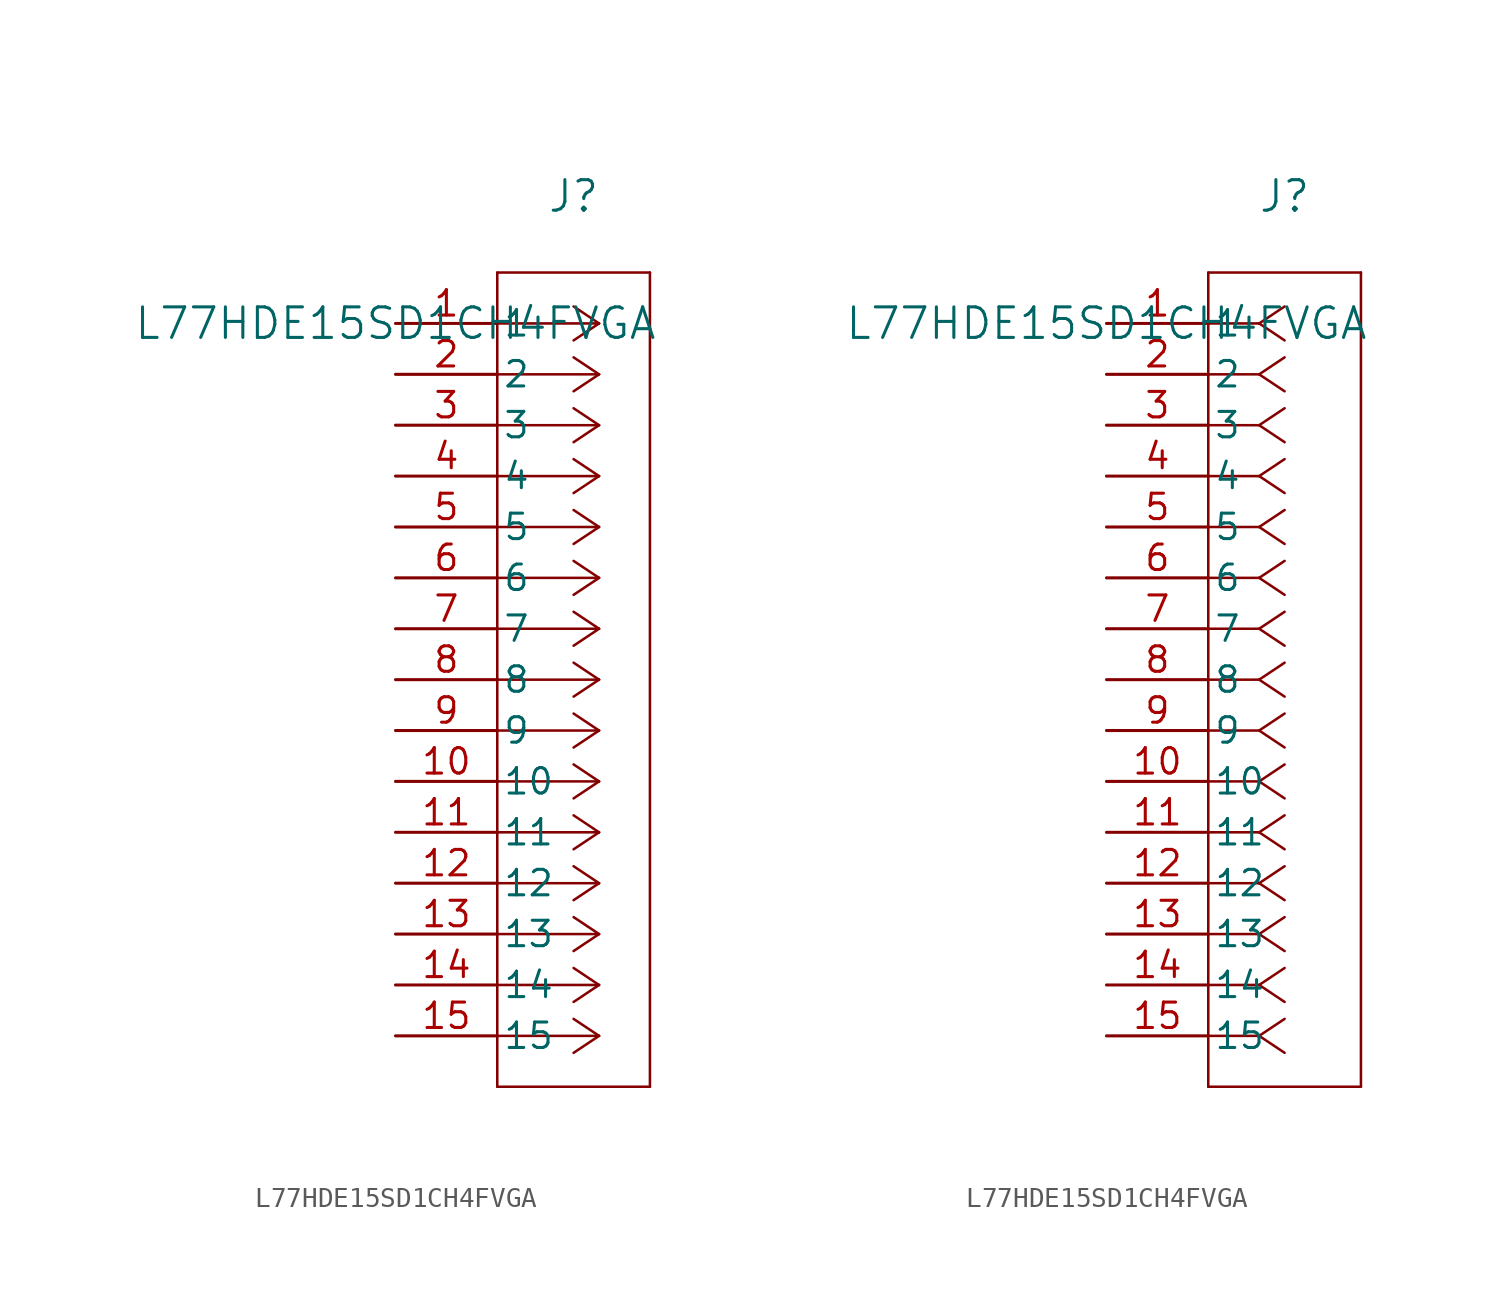
<source format=kicad_sym>
(kicad_symbol_lib
  (version 20220914)
  (generator kicad_symbol_editor)
  (symbol "L77HDE15SD1CH4FVGA"
    (pin_names
      (offset 0.254))
    (property "Reference" "J"
      (at 8.89 6.35 0)
      (effects (font (size 1.524 1.524))))
    (property "Value" "L77HDE15SD1CH4FVGA"
      (at 0 0 0)
      (effects (font (size 1.524 1.524))))
    (property "ki_locked" ""
      (at 0 0 0)
      (effects (font (size 1.27 1.27))))
    (symbol "L77HDE15SD1CH4FVGA_1_1"
      (polyline (pts (xy 5.08 -38.1) (xy 12.7 -38.1)) (stroke (width 0.127) (type default)) (fill (type none)))
      (polyline (pts (xy 5.08 2.54) (xy 5.08 -38.1)) (stroke (width 0.127) (type default)) (fill (type none)))
      (polyline (pts (xy 10.16 -35.56) (xy 5.08 -35.56)) (stroke (width 0.127) (type default)) (fill (type none)))
      (polyline (pts (xy 10.16 -35.56) (xy 8.89 -36.407)) (stroke (width 0.127) (type default)) (fill (type none)))
      (polyline (pts (xy 10.16 -35.56) (xy 8.89 -34.713)) (stroke (width 0.127) (type default)) (fill (type none)))
      (polyline (pts (xy 10.16 -33.02) (xy 5.08 -33.02)) (stroke (width 0.127) (type default)) (fill (type none)))
      (polyline (pts (xy 10.16 -33.02) (xy 8.89 -33.867)) (stroke (width 0.127) (type default)) (fill (type none)))
      (polyline (pts (xy 10.16 -33.02) (xy 8.89 -32.173)) (stroke (width 0.127) (type default)) (fill (type none)))
      (polyline (pts (xy 10.16 -30.48) (xy 5.08 -30.48)) (stroke (width 0.127) (type default)) (fill (type none)))
      (polyline (pts (xy 10.16 -30.48) (xy 8.89 -31.327)) (stroke (width 0.127) (type default)) (fill (type none)))
      (polyline (pts (xy 10.16 -30.48) (xy 8.89 -29.633)) (stroke (width 0.127) (type default)) (fill (type none)))
      (polyline (pts (xy 10.16 -27.94) (xy 5.08 -27.94)) (stroke (width 0.127) (type default)) (fill (type none)))
      (polyline (pts (xy 10.16 -27.94) (xy 8.89 -28.787)) (stroke (width 0.127) (type default)) (fill (type none)))
      (polyline (pts (xy 10.16 -27.94) (xy 8.89 -27.093)) (stroke (width 0.127) (type default)) (fill (type none)))
      (polyline (pts (xy 10.16 -25.4) (xy 5.08 -25.4)) (stroke (width 0.127) (type default)) (fill (type none)))
      (polyline (pts (xy 10.16 -25.4) (xy 8.89 -26.247)) (stroke (width 0.127) (type default)) (fill (type none)))
      (polyline (pts (xy 10.16 -25.4) (xy 8.89 -24.553)) (stroke (width 0.127) (type default)) (fill (type none)))
      (polyline (pts (xy 10.16 -22.86) (xy 5.08 -22.86)) (stroke (width 0.127) (type default)) (fill (type none)))
      (polyline (pts (xy 10.16 -22.86) (xy 8.89 -23.707)) (stroke (width 0.127) (type default)) (fill (type none)))
      (polyline (pts (xy 10.16 -22.86) (xy 8.89 -22.013)) (stroke (width 0.127) (type default)) (fill (type none)))
      (polyline (pts (xy 10.16 -20.32) (xy 5.08 -20.32)) (stroke (width 0.127) (type default)) (fill (type none)))
      (polyline (pts (xy 10.16 -20.32) (xy 8.89 -21.167)) (stroke (width 0.127) (type default)) (fill (type none)))
      (polyline (pts (xy 10.16 -20.32) (xy 8.89 -19.473)) (stroke (width 0.127) (type default)) (fill (type none)))
      (polyline (pts (xy 10.16 -17.78) (xy 5.08 -17.78)) (stroke (width 0.127) (type default)) (fill (type none)))
      (polyline (pts (xy 10.16 -17.78) (xy 8.89 -18.627)) (stroke (width 0.127) (type default)) (fill (type none)))
      (polyline (pts (xy 10.16 -17.78) (xy 8.89 -16.933)) (stroke (width 0.127) (type default)) (fill (type none)))
      (polyline (pts (xy 10.16 -15.24) (xy 5.08 -15.24)) (stroke (width 0.127) (type default)) (fill (type none)))
      (polyline (pts (xy 10.16 -15.24) (xy 8.89 -16.087)) (stroke (width 0.127) (type default)) (fill (type none)))
      (polyline (pts (xy 10.16 -15.24) (xy 8.89 -14.393)) (stroke (width 0.127) (type default)) (fill (type none)))
      (polyline (pts (xy 10.16 -12.7) (xy 5.08 -12.7)) (stroke (width 0.127) (type default)) (fill (type none)))
      (polyline (pts (xy 10.16 -12.7) (xy 8.89 -13.547)) (stroke (width 0.127) (type default)) (fill (type none)))
      (polyline (pts (xy 10.16 -12.7) (xy 8.89 -11.853)) (stroke (width 0.127) (type default)) (fill (type none)))
      (polyline (pts (xy 10.16 -10.16) (xy 5.08 -10.16)) (stroke (width 0.127) (type default)) (fill (type none)))
      (polyline (pts (xy 10.16 -10.16) (xy 8.89 -11.007)) (stroke (width 0.127) (type default)) (fill (type none)))
      (polyline (pts (xy 10.16 -10.16) (xy 8.89 -9.313)) (stroke (width 0.127) (type default)) (fill (type none)))
      (polyline (pts (xy 10.16 -7.62) (xy 5.08 -7.62)) (stroke (width 0.127) (type default)) (fill (type none)))
      (polyline (pts (xy 10.16 -7.62) (xy 8.89 -8.467)) (stroke (width 0.127) (type default)) (fill (type none)))
      (polyline (pts (xy 10.16 -7.62) (xy 8.89 -6.773)) (stroke (width 0.127) (type default)) (fill (type none)))
      (polyline (pts (xy 10.16 -5.08) (xy 5.08 -5.08)) (stroke (width 0.127) (type default)) (fill (type none)))
      (polyline (pts (xy 10.16 -5.08) (xy 8.89 -5.927)) (stroke (width 0.127) (type default)) (fill (type none)))
      (polyline (pts (xy 10.16 -5.08) (xy 8.89 -4.233)) (stroke (width 0.127) (type default)) (fill (type none)))
      (polyline (pts (xy 10.16 -2.54) (xy 5.08 -2.54)) (stroke (width 0.127) (type default)) (fill (type none)))
      (polyline (pts (xy 10.16 -2.54) (xy 8.89 -3.387)) (stroke (width 0.127) (type default)) (fill (type none)))
      (polyline (pts (xy 10.16 -2.54) (xy 8.89 -1.693)) (stroke (width 0.127) (type default)) (fill (type none)))
      (polyline (pts (xy 10.16 0) (xy 5.08 0)) (stroke (width 0.127) (type default)) (fill (type none)))
      (polyline (pts (xy 10.16 0) (xy 8.89 -0.847)) (stroke (width 0.127) (type default)) (fill (type none)))
      (polyline (pts (xy 10.16 0) (xy 8.89 0.847)) (stroke (width 0.127) (type default)) (fill (type none)))
      (polyline (pts (xy 12.7 -38.1) (xy 12.7 2.54)) (stroke (width 0.127) (type default)) (fill (type none)))
      (polyline (pts (xy 12.7 2.54) (xy 5.08 2.54)) (stroke (width 0.127) (type default)) (fill (type none)))
      (pin unspecified line (at 0 0 0) (length 5.08) (name "1" (effects (font (size 1.27 1.27)))) (number "1" (effects (font (size 1.27 1.27)))))
      (pin unspecified line (at 0 -22.86 0) (length 5.08) (name "10" (effects (font (size 1.27 1.27)))) (number "10" (effects (font (size 1.27 1.27)))))
      (pin unspecified line (at 0 -25.4 0) (length 5.08) (name "11" (effects (font (size 1.27 1.27)))) (number "11" (effects (font (size 1.27 1.27)))))
      (pin unspecified line (at 0 -27.94 0) (length 5.08) (name "12" (effects (font (size 1.27 1.27)))) (number "12" (effects (font (size 1.27 1.27)))))
      (pin unspecified line (at 0 -30.48 0) (length 5.08) (name "13" (effects (font (size 1.27 1.27)))) (number "13" (effects (font (size 1.27 1.27)))))
      (pin unspecified line (at 0 -33.02 0) (length 5.08) (name "14" (effects (font (size 1.27 1.27)))) (number "14" (effects (font (size 1.27 1.27)))))
      (pin unspecified line (at 0 -35.56 0) (length 5.08) (name "15" (effects (font (size 1.27 1.27)))) (number "15" (effects (font (size 1.27 1.27)))))
      (pin unspecified line (at 0 -2.54 0) (length 5.08) (name "2" (effects (font (size 1.27 1.27)))) (number "2" (effects (font (size 1.27 1.27)))))
      (pin unspecified line (at 0 -5.08 0) (length 5.08) (name "3" (effects (font (size 1.27 1.27)))) (number "3" (effects (font (size 1.27 1.27)))))
      (pin unspecified line (at 0 -7.62 0) (length 5.08) (name "4" (effects (font (size 1.27 1.27)))) (number "4" (effects (font (size 1.27 1.27)))))
      (pin unspecified line (at 0 -10.16 0) (length 5.08) (name "5" (effects (font (size 1.27 1.27)))) (number "5" (effects (font (size 1.27 1.27)))))
      (pin unspecified line (at 0 -12.7 0) (length 5.08) (name "6" (effects (font (size 1.27 1.27)))) (number "6" (effects (font (size 1.27 1.27)))))
      (pin unspecified line (at 0 -15.24 0) (length 5.08) (name "7" (effects (font (size 1.27 1.27)))) (number "7" (effects (font (size 1.27 1.27)))))
      (pin unspecified line (at 0 -17.78 0) (length 5.08) (name "8" (effects (font (size 1.27 1.27)))) (number "8" (effects (font (size 1.27 1.27)))))
      (pin unspecified line (at 0 -20.32 0) (length 5.08) (name "9" (effects (font (size 1.27 1.27)))) (number "9" (effects (font (size 1.27 1.27))))))
    (symbol "L77HDE15SD1CH4FVGA_1_2"
      (polyline (pts (xy 5.08 -38.1) (xy 12.7 -38.1)) (stroke (width 0.127) (type default)) (fill (type none)))
      (polyline (pts (xy 5.08 2.54) (xy 5.08 -38.1)) (stroke (width 0.127) (type default)) (fill (type none)))
      (polyline (pts (xy 7.62 -35.56) (xy 5.08 -35.56)) (stroke (width 0.127) (type default)) (fill (type none)))
      (polyline (pts (xy 7.62 -35.56) (xy 8.89 -36.407)) (stroke (width 0.127) (type default)) (fill (type none)))
      (polyline (pts (xy 7.62 -35.56) (xy 8.89 -34.713)) (stroke (width 0.127) (type default)) (fill (type none)))
      (polyline (pts (xy 7.62 -33.02) (xy 5.08 -33.02)) (stroke (width 0.127) (type default)) (fill (type none)))
      (polyline (pts (xy 7.62 -33.02) (xy 8.89 -33.867)) (stroke (width 0.127) (type default)) (fill (type none)))
      (polyline (pts (xy 7.62 -33.02) (xy 8.89 -32.173)) (stroke (width 0.127) (type default)) (fill (type none)))
      (polyline (pts (xy 7.62 -30.48) (xy 5.08 -30.48)) (stroke (width 0.127) (type default)) (fill (type none)))
      (polyline (pts (xy 7.62 -30.48) (xy 8.89 -31.327)) (stroke (width 0.127) (type default)) (fill (type none)))
      (polyline (pts (xy 7.62 -30.48) (xy 8.89 -29.633)) (stroke (width 0.127) (type default)) (fill (type none)))
      (polyline (pts (xy 7.62 -27.94) (xy 5.08 -27.94)) (stroke (width 0.127) (type default)) (fill (type none)))
      (polyline (pts (xy 7.62 -27.94) (xy 8.89 -28.787)) (stroke (width 0.127) (type default)) (fill (type none)))
      (polyline (pts (xy 7.62 -27.94) (xy 8.89 -27.093)) (stroke (width 0.127) (type default)) (fill (type none)))
      (polyline (pts (xy 7.62 -25.4) (xy 5.08 -25.4)) (stroke (width 0.127) (type default)) (fill (type none)))
      (polyline (pts (xy 7.62 -25.4) (xy 8.89 -26.247)) (stroke (width 0.127) (type default)) (fill (type none)))
      (polyline (pts (xy 7.62 -25.4) (xy 8.89 -24.553)) (stroke (width 0.127) (type default)) (fill (type none)))
      (polyline (pts (xy 7.62 -22.86) (xy 5.08 -22.86)) (stroke (width 0.127) (type default)) (fill (type none)))
      (polyline (pts (xy 7.62 -22.86) (xy 8.89 -23.707)) (stroke (width 0.127) (type default)) (fill (type none)))
      (polyline (pts (xy 7.62 -22.86) (xy 8.89 -22.013)) (stroke (width 0.127) (type default)) (fill (type none)))
      (polyline (pts (xy 7.62 -20.32) (xy 5.08 -20.32)) (stroke (width 0.127) (type default)) (fill (type none)))
      (polyline (pts (xy 7.62 -20.32) (xy 8.89 -21.167)) (stroke (width 0.127) (type default)) (fill (type none)))
      (polyline (pts (xy 7.62 -20.32) (xy 8.89 -19.473)) (stroke (width 0.127) (type default)) (fill (type none)))
      (polyline (pts (xy 7.62 -17.78) (xy 5.08 -17.78)) (stroke (width 0.127) (type default)) (fill (type none)))
      (polyline (pts (xy 7.62 -17.78) (xy 8.89 -18.627)) (stroke (width 0.127) (type default)) (fill (type none)))
      (polyline (pts (xy 7.62 -17.78) (xy 8.89 -16.933)) (stroke (width 0.127) (type default)) (fill (type none)))
      (polyline (pts (xy 7.62 -15.24) (xy 5.08 -15.24)) (stroke (width 0.127) (type default)) (fill (type none)))
      (polyline (pts (xy 7.62 -15.24) (xy 8.89 -16.087)) (stroke (width 0.127) (type default)) (fill (type none)))
      (polyline (pts (xy 7.62 -15.24) (xy 8.89 -14.393)) (stroke (width 0.127) (type default)) (fill (type none)))
      (polyline (pts (xy 7.62 -12.7) (xy 5.08 -12.7)) (stroke (width 0.127) (type default)) (fill (type none)))
      (polyline (pts (xy 7.62 -12.7) (xy 8.89 -13.547)) (stroke (width 0.127) (type default)) (fill (type none)))
      (polyline (pts (xy 7.62 -12.7) (xy 8.89 -11.853)) (stroke (width 0.127) (type default)) (fill (type none)))
      (polyline (pts (xy 7.62 -10.16) (xy 5.08 -10.16)) (stroke (width 0.127) (type default)) (fill (type none)))
      (polyline (pts (xy 7.62 -10.16) (xy 8.89 -11.007)) (stroke (width 0.127) (type default)) (fill (type none)))
      (polyline (pts (xy 7.62 -10.16) (xy 8.89 -9.313)) (stroke (width 0.127) (type default)) (fill (type none)))
      (polyline (pts (xy 7.62 -7.62) (xy 5.08 -7.62)) (stroke (width 0.127) (type default)) (fill (type none)))
      (polyline (pts (xy 7.62 -7.62) (xy 8.89 -8.467)) (stroke (width 0.127) (type default)) (fill (type none)))
      (polyline (pts (xy 7.62 -7.62) (xy 8.89 -6.773)) (stroke (width 0.127) (type default)) (fill (type none)))
      (polyline (pts (xy 7.62 -5.08) (xy 5.08 -5.08)) (stroke (width 0.127) (type default)) (fill (type none)))
      (polyline (pts (xy 7.62 -5.08) (xy 8.89 -5.927)) (stroke (width 0.127) (type default)) (fill (type none)))
      (polyline (pts (xy 7.62 -5.08) (xy 8.89 -4.233)) (stroke (width 0.127) (type default)) (fill (type none)))
      (polyline (pts (xy 7.62 -2.54) (xy 5.08 -2.54)) (stroke (width 0.127) (type default)) (fill (type none)))
      (polyline (pts (xy 7.62 -2.54) (xy 8.89 -3.387)) (stroke (width 0.127) (type default)) (fill (type none)))
      (polyline (pts (xy 7.62 -2.54) (xy 8.89 -1.693)) (stroke (width 0.127) (type default)) (fill (type none)))
      (polyline (pts (xy 7.62 0) (xy 5.08 0)) (stroke (width 0.127) (type default)) (fill (type none)))
      (polyline (pts (xy 7.62 0) (xy 8.89 -0.847)) (stroke (width 0.127) (type default)) (fill (type none)))
      (polyline (pts (xy 7.62 0) (xy 8.89 0.847)) (stroke (width 0.127) (type default)) (fill (type none)))
      (polyline (pts (xy 12.7 -38.1) (xy 12.7 2.54)) (stroke (width 0.127) (type default)) (fill (type none)))
      (polyline (pts (xy 12.7 2.54) (xy 5.08 2.54)) (stroke (width 0.127) (type default)) (fill (type none)))
      (pin unspecified line (at 0 0 0) (length 5.08) (name "1" (effects (font (size 1.27 1.27)))) (number "1" (effects (font (size 1.27 1.27)))))
      (pin unspecified line (at 0 -22.86 0) (length 5.08) (name "10" (effects (font (size 1.27 1.27)))) (number "10" (effects (font (size 1.27 1.27)))))
      (pin unspecified line (at 0 -25.4 0) (length 5.08) (name "11" (effects (font (size 1.27 1.27)))) (number "11" (effects (font (size 1.27 1.27)))))
      (pin unspecified line (at 0 -27.94 0) (length 5.08) (name "12" (effects (font (size 1.27 1.27)))) (number "12" (effects (font (size 1.27 1.27)))))
      (pin unspecified line (at 0 -30.48 0) (length 5.08) (name "13" (effects (font (size 1.27 1.27)))) (number "13" (effects (font (size 1.27 1.27)))))
      (pin unspecified line (at 0 -33.02 0) (length 5.08) (name "14" (effects (font (size 1.27 1.27)))) (number "14" (effects (font (size 1.27 1.27)))))
      (pin unspecified line (at 0 -35.56 0) (length 5.08) (name "15" (effects (font (size 1.27 1.27)))) (number "15" (effects (font (size 1.27 1.27)))))
      (pin unspecified line (at 0 -2.54 0) (length 5.08) (name "2" (effects (font (size 1.27 1.27)))) (number "2" (effects (font (size 1.27 1.27)))))
      (pin unspecified line (at 0 -5.08 0) (length 5.08) (name "3" (effects (font (size 1.27 1.27)))) (number "3" (effects (font (size 1.27 1.27)))))
      (pin unspecified line (at 0 -7.62 0) (length 5.08) (name "4" (effects (font (size 1.27 1.27)))) (number "4" (effects (font (size 1.27 1.27)))))
      (pin unspecified line (at 0 -10.16 0) (length 5.08) (name "5" (effects (font (size 1.27 1.27)))) (number "5" (effects (font (size 1.27 1.27)))))
      (pin unspecified line (at 0 -12.7 0) (length 5.08) (name "6" (effects (font (size 1.27 1.27)))) (number "6" (effects (font (size 1.27 1.27)))))
      (pin unspecified line (at 0 -15.24 0) (length 5.08) (name "7" (effects (font (size 1.27 1.27)))) (number "7" (effects (font (size 1.27 1.27)))))
      (pin unspecified line (at 0 -17.78 0) (length 5.08) (name "8" (effects (font (size 1.27 1.27)))) (number "8" (effects (font (size 1.27 1.27)))))
      (pin unspecified line (at 0 -20.32 0) (length 5.08) (name "9" (effects (font (size 1.27 1.27)))) (number "9" (effects (font (size 1.27 1.27))))))))
</source>
